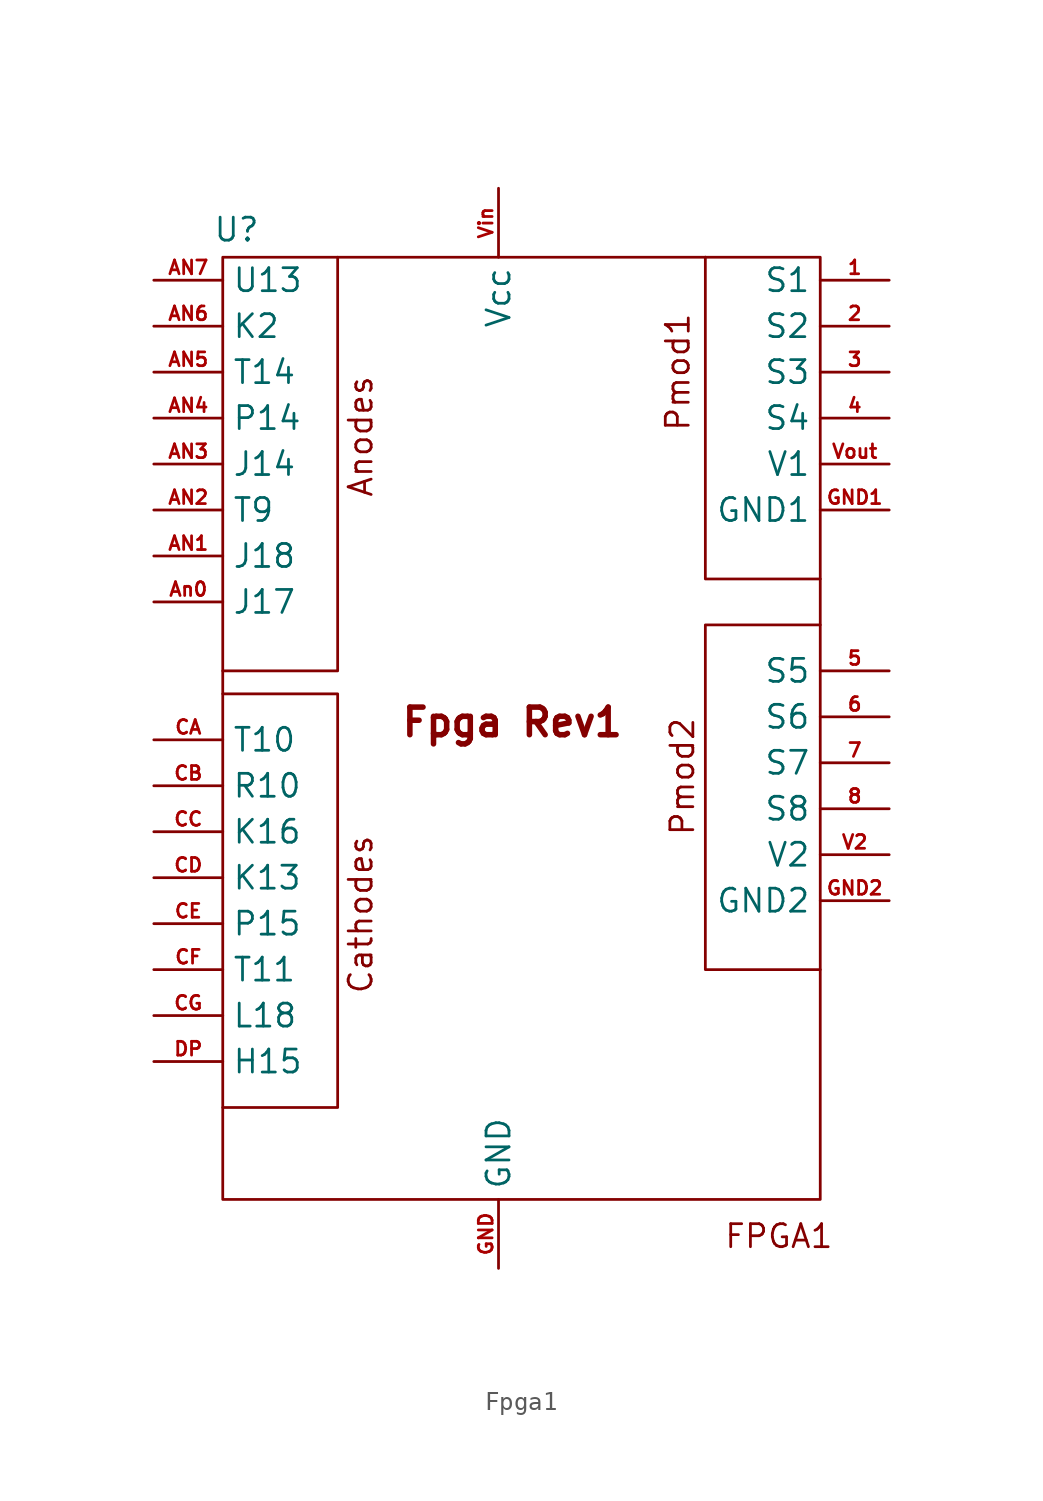
<source format=kicad_sym>
(kicad_symbol_lib
  (version 20231120)
  (generator "kicad_symbol_editor")
  (generator_version "8.0")
  (symbol "Fpga1"
    (property "Reference" "U"
      (at -14.478 18.034 0)
      (effects (font (size 1.27 1.27))))
    (property "Value" ""
      (at -1.27 -1.27 0)
      (effects (font (size 1.27 1.27))))
    (symbol "Fpga1_0_1"
      (rectangle (start -15.24 16.51) (end 17.78 -35.56) (stroke (width 0) (type default)) (fill (type none)))
      (polyline (pts (xy -15.24 -6.35) (xy -8.89 -6.35) (xy -8.89 16.51)) (stroke (width 0) (type default)) (fill (type none))))
    (symbol "Fpga1_1_1"
      (polyline (pts (xy 11.43 16.51) (xy 11.43 16.51)) (stroke (width 0) (type default)) (fill (type none)))
      (polyline (pts (xy 11.43 16.51) (xy 11.43 -1.27) (xy 17.78 -1.27)) (stroke (width 0) (type default)) (fill (type none)))
      (polyline (pts (xy -15.24 -7.62) (xy -8.89 -7.62) (xy -8.89 -30.48) (xy -15.24 -30.48)) (stroke (width 0) (type default)) (fill (type none)))
      (polyline (pts (xy 17.78 -3.81) (xy 11.43 -3.81) (xy 11.43 -22.86) (xy 17.78 -22.86)) (stroke (width 0) (type default)) (fill (type none)))
      (text "Anodes\n" (at -7.62 6.604 900) (effects (font (size 1.27 1.27))))
      (text "Cathodes" (at -7.62 -19.812 900) (effects (font (size 1.27 1.27))))
      (text "Fpga Rev1\n\n" (at 0.762 -10.414 0) (effects (font (size 1.524 1.524) (bold yes))))
      (text "FPGA1\n" (at 15.494 -37.592 0) (effects (font (size 1.27 1.27))))
      (text "Pmod1\n" (at 9.906 10.16 900) (effects (font (size 1.27 1.27))))
      (text "Pmod2" (at 10.16 -12.192 900) (effects (font (size 1.27 1.27))))
      (pin input line (at 21.59 15.24 180) (length 3.81) (name "S1" (effects (font (size 1.27 1.27)))) (number "1" (effects (font (size 0.762 0.762)))))
      (pin input line (at 21.59 12.7 180) (length 3.81) (name "S2" (effects (font (size 1.27 1.27)))) (number "2" (effects (font (size 0.762 0.762)))))
      (pin input line (at 21.59 10.16 180) (length 3.81) (name "S3" (effects (font (size 1.27 1.27)))) (number "3" (effects (font (size 0.762 0.762)))))
      (pin input line (at 21.59 7.62 180) (length 3.81) (name "S4" (effects (font (size 1.27 1.27)))) (number "4" (effects (font (size 0.762 0.762)))))
      (pin input line (at 21.59 -6.35 180) (length 3.81) (name "S5" (effects (font (size 1.27 1.27)))) (number "5" (effects (font (size 0.762 0.762)))))
      (pin input line (at 21.59 -8.89 180) (length 3.81) (name "S6" (effects (font (size 1.27 1.27)))) (number "6" (effects (font (size 0.762 0.762)))))
      (pin input line (at 21.59 -11.43 180) (length 3.81) (name "S7" (effects (font (size 1.27 1.27)))) (number "7" (effects (font (size 0.762 0.762)))))
      (pin input line (at 21.59 -13.97 180) (length 3.81) (name "S8" (effects (font (size 1.27 1.27)))) (number "8" (effects (font (size 0.762 0.762)))))
      (pin input line (at -19.05 0 0) (length 3.81) (name "J18" (effects (font (size 1.27 1.27)))) (number "AN1" (effects (font (size 0.762 0.762)))))
      (pin input line (at -19.05 2.54 0) (length 3.81) (name "T9" (effects (font (size 1.27 1.27)))) (number "AN2" (effects (font (size 0.762 0.762)))))
      (pin input line (at -19.05 5.08 0) (length 3.81) (name "J14" (effects (font (size 1.27 1.27)))) (number "AN3" (effects (font (size 0.762 0.762)))))
      (pin input line (at -19.05 7.62 0) (length 3.81) (name "P14" (effects (font (size 1.27 1.27)))) (number "AN4" (effects (font (size 0.762 0.762)))))
      (pin input line (at -19.05 10.16 0) (length 3.81) (name "T14" (effects (font (size 1.27 1.27)))) (number "AN5" (effects (font (size 0.762 0.762)))))
      (pin input line (at -19.05 12.7 0) (length 3.81) (name "K2" (effects (font (size 1.27 1.27)))) (number "AN6" (effects (font (size 0.762 0.762)))))
      (pin input line (at -19.05 15.24 0) (length 3.81) (name "U13" (effects (font (size 1.27 1.27)))) (number "AN7" (effects (font (size 0.762 0.762)))))
      (pin input line (at -19.05 -2.54 0) (length 3.81) (name "J17" (effects (font (size 1.27 1.27)))) (number "An0" (effects (font (size 0.762 0.762)))))
      (pin input line (at -19.05 -10.16 0) (length 3.81) (name "T10" (effects (font (size 1.27 1.27)))) (number "CA" (effects (font (size 0.762 0.762)))))
      (pin input line (at -19.05 -12.7 0) (length 3.81) (name "R10" (effects (font (size 1.27 1.27)))) (number "CB" (effects (font (size 0.762 0.762)))))
      (pin input line (at -19.05 -15.24 0) (length 3.81) (name "K16" (effects (font (size 1.27 1.27)))) (number "CC" (effects (font (size 0.762 0.762)))))
      (pin input line (at -19.05 -17.78 0) (length 3.81) (name "K13" (effects (font (size 1.27 1.27)))) (number "CD" (effects (font (size 0.762 0.762)))))
      (pin input line (at -19.05 -20.32 0) (length 3.81) (name "P15" (effects (font (size 1.27 1.27)))) (number "CE" (effects (font (size 0.762 0.762)))))
      (pin input line (at -19.05 -22.86 0) (length 3.81) (name "T11" (effects (font (size 1.27 1.27)))) (number "CF" (effects (font (size 0.762 0.762)))))
      (pin input line (at -19.05 -25.4 0) (length 3.81) (name "L18" (effects (font (size 1.27 1.27)))) (number "CG" (effects (font (size 0.762 0.762)))))
      (pin input line (at -19.05 -27.94 0) (length 3.81) (name "H15" (effects (font (size 1.27 1.27)))) (number "DP" (effects (font (size 0.762 0.762)))))
      (pin input line (at 0 -39.37 90) (length 3.81) (name "GND" (effects (font (size 1.27 1.27)))) (number "GND" (effects (font (size 0.762 0.762)))))
      (pin input line (at 21.59 2.54 180) (length 3.81) (name "GND1" (effects (font (size 1.27 1.27)))) (number "GND1" (effects (font (size 0.762 0.762)))))
      (pin output line (at 21.59 -19.05 180) (length 3.81) (name "GND2" (effects (font (size 1.27 1.27)))) (number "GND2" (effects (font (size 0.762 0.762)))))
      (pin output line (at 21.59 -16.51 180) (length 3.81) (name "V2" (effects (font (size 1.27 1.27)))) (number "V2" (effects (font (size 0.762 0.762)))))
      (pin input line (at 0 20.32 270) (length 3.81) (name "Vcc" (effects (font (size 1.27 1.27)))) (number "Vin" (effects (font (size 0.762 0.762)))))
      (pin output line (at 21.59 5.08 180) (length 3.81) (name "V1" (effects (font (size 1.27 1.27)))) (number "Vout" (effects (font (size 0.762 0.762))))))))
</source>
